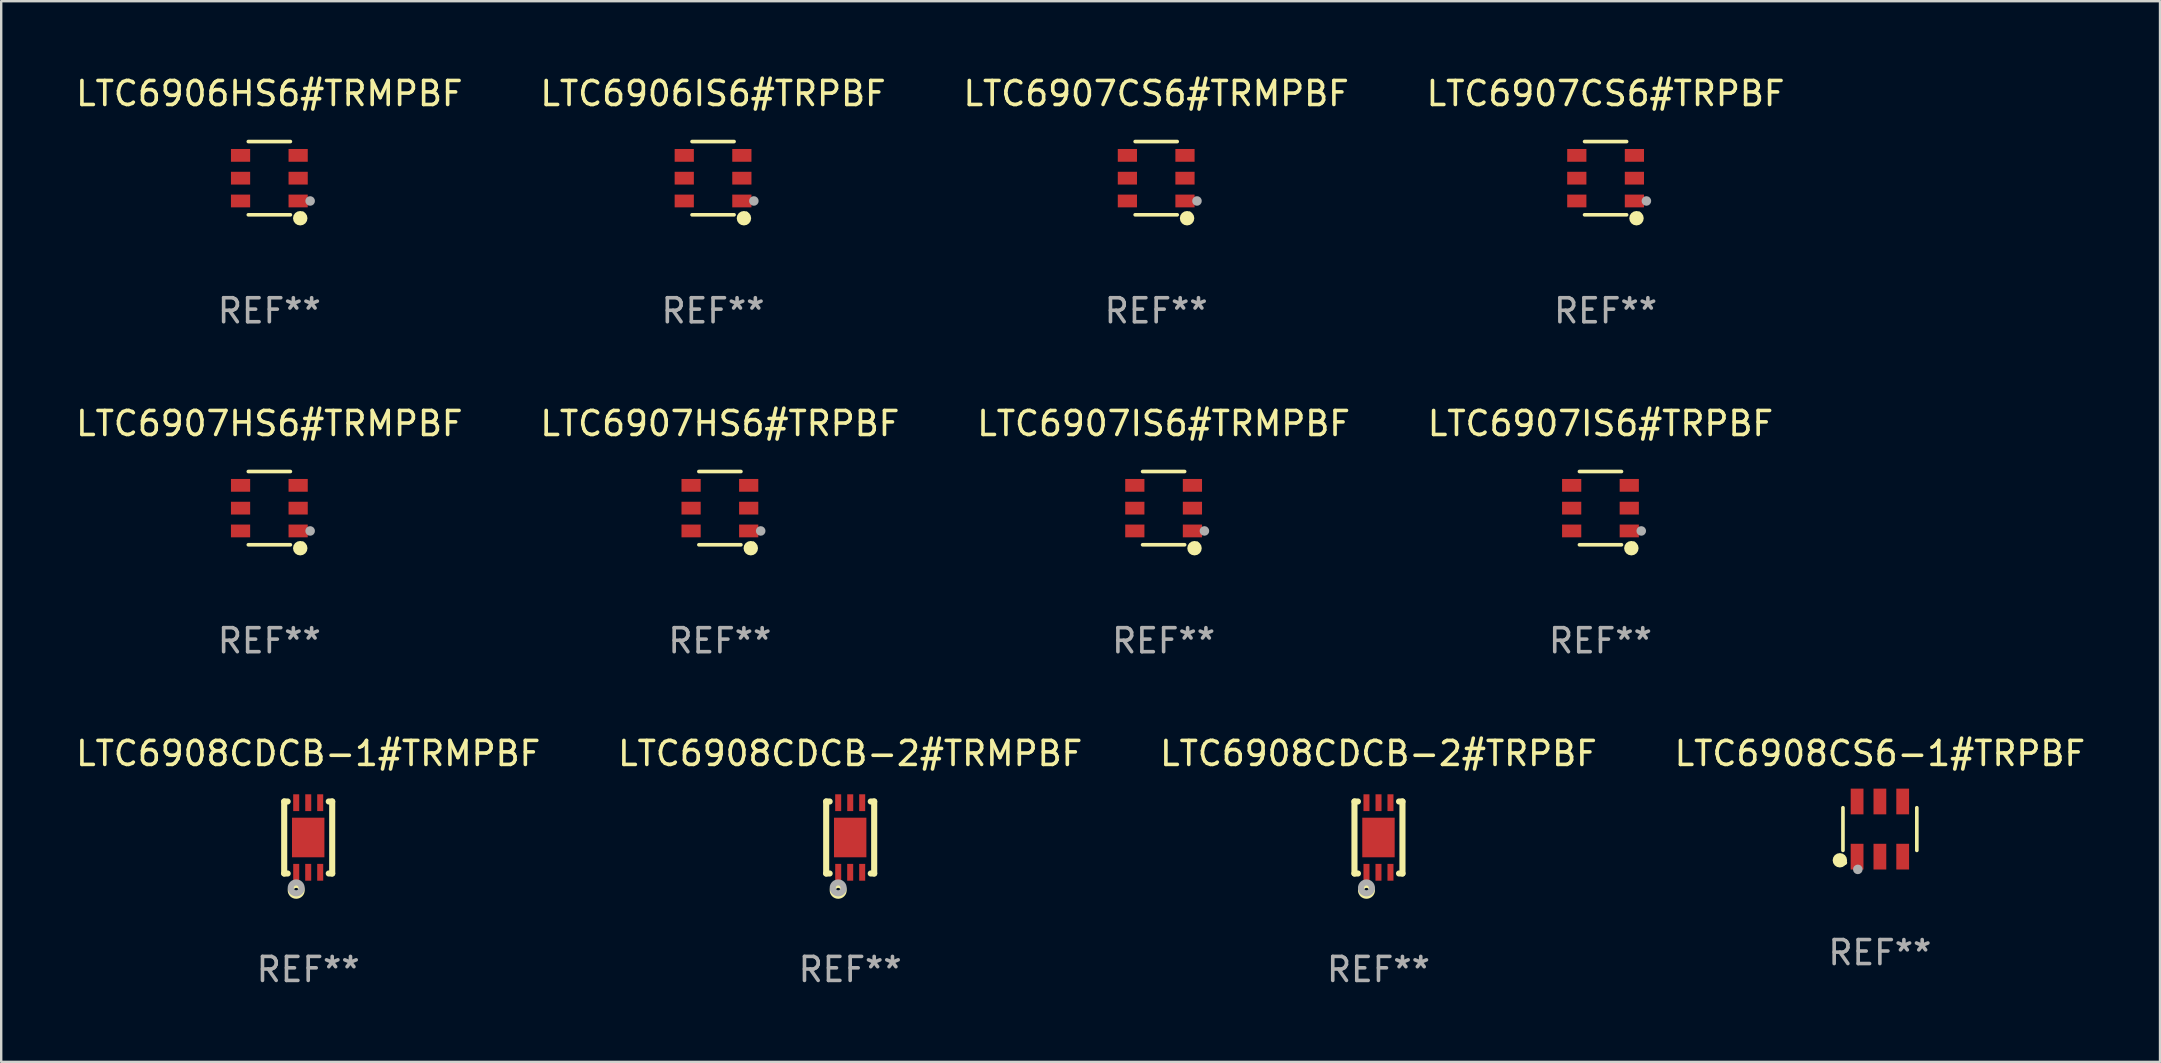
<source format=kicad_pcb>
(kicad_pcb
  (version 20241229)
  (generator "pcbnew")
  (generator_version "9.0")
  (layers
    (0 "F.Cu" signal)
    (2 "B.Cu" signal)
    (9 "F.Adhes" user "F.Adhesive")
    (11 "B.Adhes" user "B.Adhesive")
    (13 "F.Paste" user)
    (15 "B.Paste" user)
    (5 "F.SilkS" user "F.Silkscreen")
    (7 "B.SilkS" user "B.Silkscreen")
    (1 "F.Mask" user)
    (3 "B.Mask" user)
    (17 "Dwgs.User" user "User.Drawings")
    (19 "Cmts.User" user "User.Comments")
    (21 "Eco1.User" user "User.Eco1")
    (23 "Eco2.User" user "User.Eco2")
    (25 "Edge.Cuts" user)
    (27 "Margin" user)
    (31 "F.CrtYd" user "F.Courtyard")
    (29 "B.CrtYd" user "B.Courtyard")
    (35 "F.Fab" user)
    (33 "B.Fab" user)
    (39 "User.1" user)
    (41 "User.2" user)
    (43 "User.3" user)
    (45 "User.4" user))
  (footprint "LTC6908CDCB-1#TRMPBF"
    (layer "F.Cu")
    (at 9.792 31.846)
    (property "Reference" "LTC6908CDCB-1#TRMPBF" (at 0 -3.5 0) (layer "F.SilkS") (effects (font (size 1 1) (thickness 0.15))))
    (attr through_hole)
    (fp_line (start -1 1.5) (end -1 -1.5) (stroke (width 0.254) (type solid)) (layer "F.SilkS"))
    (fp_line (start -0.856 -1.5) (end -1 -1.5) (stroke (width 0.254) (type solid)) (layer "F.SilkS"))
    (fp_line (start -0.855 1.5) (end -1 1.5) (stroke (width 0.254) (type solid)) (layer "F.SilkS"))
    (fp_line (start 1 -1.5) (end 0.856 -1.5) (stroke (width 0.254) (type solid)) (layer "F.SilkS"))
    (fp_line (start 1 1.5) (end 0.856 1.5) (stroke (width 0.254) (type solid)) (layer "F.SilkS"))
    (fp_line (start 1 1.5) (end 1 -1.5) (stroke (width 0.254) (type solid)) (layer "F.SilkS"))
    (fp_circle (center -1 1.5) (end -0.97 1.5) (stroke (width 0.06) (type solid)) (fill no) (layer "F.SilkS"))
    (fp_circle (center -0.5 2.2) (end -0.4 2.2) (stroke (width 0.254) (type solid)) (fill no) (layer "F.SilkS"))
    (fp_circle (center -0.5 2.1) (end -0.4 2.1) (stroke (width 0.254) (type solid)) (fill no) (layer "F.Fab"))
    (fp_text user "REF**" (at 0 5.5 0) (layer "F.Fab") (effects (font (size 1 1) (thickness 0.15))))
    (pad "1" smd rect (at -0.499 1.45 180) (size 0.25 0.7) (layers "F.Cu" "F.Mask" "F.Paste"))
    (pad "2" smd rect (at 0.000025 1.45 180) (size 0.25 0.7) (layers "F.Cu" "F.Mask" "F.Paste"))
    (pad "3" smd rect (at 0.5 1.45 180) (size 0.25 0.7) (layers "F.Cu" "F.Mask" "F.Paste"))
    (pad "4" smd rect (at 0.5 -1.45 180) (size 0.25 0.7) (layers "F.Cu" "F.Mask" "F.Paste"))
    (pad "5" smd rect (at 0.002 -1.45 180) (size 0.25 0.7) (layers "F.Cu" "F.Mask" "F.Paste"))
    (pad "6" smd rect (at -0.5 -1.45 180) (size 0.25 0.7) (layers "F.Cu" "F.Mask" "F.Paste"))
    (pad "7" smd rect (at 0.000025 0.000038 180) (size 1.35 1.65) (layers "F.Cu" "F.Mask" "F.Paste")))
  (footprint "LTC6906HS6#TRMPBF"
    (layer "F.Cu")
    (at 8.173 4.374)
    (property "Reference" "LTC6906HS6#TRMPBF" (at 0 -3.526 0) (layer "F.SilkS") (effects (font (size 1 1) (thickness 0.15))))
    (attr through_hole)
    (fp_line (start 0.876 -1.526) (end -0.876 -1.526) (stroke (width 0.152) (type solid)) (layer "F.SilkS"))
    (fp_line (start 0.876 1.526) (end -0.876 1.526) (stroke (width 0.152) (type solid)) (layer "F.SilkS"))
    (fp_circle (center 1.287 1.669) (end 1.438 1.669) (stroke (width 0.3) (type solid)) (fill no) (layer "F.SilkS"))
    (fp_circle (center 1.4 1.45) (end 1.43 1.45) (stroke (width 0.06) (type solid)) (fill no) (layer "F.SilkS"))
    (fp_circle (center 1.7 0.95) (end 1.8 0.95) (stroke (width 0.2) (type solid)) (fill no) (layer "F.Fab"))
    (fp_text user "REF**" (at 0 5.526 0) (layer "F.Fab") (effects (font (size 1 1) (thickness 0.15))))
    (pad "1" smd rect (at 1.2 0.95) (size 0.8 0.532) (layers "F.Cu" "F.Mask" "F.Paste"))
    (pad "2" smd rect (at 1.2 0) (size 0.8 0.532) (layers "F.Cu" "F.Mask" "F.Paste"))
    (pad "3" smd rect (at 1.2 -0.95) (size 0.8 0.532) (layers "F.Cu" "F.Mask" "F.Paste"))
    (pad "4" smd rect (at -1.2 -0.95) (size 0.8 0.532) (layers "F.Cu" "F.Mask" "F.Paste"))
    (pad "5" smd rect (at -1.2 0) (size 0.8 0.532) (layers "F.Cu" "F.Mask" "F.Paste"))
    (pad "6" smd rect (at -1.2 0.95) (size 0.8 0.532) (layers "F.Cu" "F.Mask" "F.Paste")))
  (footprint "LTC6907IS6#TRMPBF"
    (layer "F.Cu")
    (at 45.435 18.123)
    (property "Reference" "LTC6907IS6#TRMPBF" (at 0 -3.526 0) (layer "F.SilkS") (effects (font (size 1 1) (thickness 0.15))))
    (attr through_hole)
    (fp_line (start 0.876 -1.526) (end -0.876 -1.526) (stroke (width 0.152) (type solid)) (layer "F.SilkS"))
    (fp_line (start 0.876 1.526) (end -0.876 1.526) (stroke (width 0.152) (type solid)) (layer "F.SilkS"))
    (fp_circle (center 1.287 1.669) (end 1.438 1.669) (stroke (width 0.3) (type solid)) (fill no) (layer "F.SilkS"))
    (fp_circle (center 1.4 1.45) (end 1.43 1.45) (stroke (width 0.06) (type solid)) (fill no) (layer "F.SilkS"))
    (fp_circle (center 1.7 0.95) (end 1.8 0.95) (stroke (width 0.2) (type solid)) (fill no) (layer "F.Fab"))
    (fp_text user "REF**" (at 0 5.526 0) (layer "F.Fab") (effects (font (size 1 1) (thickness 0.15))))
    (pad "1" smd rect (at 1.2 0.95) (size 0.8 0.532) (layers "F.Cu" "F.Mask" "F.Paste"))
    (pad "2" smd rect (at 1.2 0) (size 0.8 0.532) (layers "F.Cu" "F.Mask" "F.Paste"))
    (pad "3" smd rect (at 1.2 -0.95) (size 0.8 0.532) (layers "F.Cu" "F.Mask" "F.Paste"))
    (pad "4" smd rect (at -1.2 -0.95) (size 0.8 0.532) (layers "F.Cu" "F.Mask" "F.Paste"))
    (pad "5" smd rect (at -1.2 0) (size 0.8 0.532) (layers "F.Cu" "F.Mask" "F.Paste"))
    (pad "6" smd rect (at -1.2 0.95) (size 0.8 0.532) (layers "F.Cu" "F.Mask" "F.Paste")))
  (footprint "LTC6908CS6-1#TRPBF"
    (layer "F.Cu")
    (at 75.28 31.495)
    (property "Reference" "LTC6908CS6-1#TRPBF" (at 0 -3.149 0) (layer "F.SilkS") (effects (font (size 1 1) (thickness 0.15))))
    (attr through_hole)
    (fp_line (start -1.539 0.889) (end -1.539 -0.889) (stroke (width 0.152) (type solid)) (layer "F.SilkS"))
    (fp_line (start 1.539 0.889) (end 1.539 -0.889) (stroke (width 0.152) (type solid)) (layer "F.SilkS"))
    (fp_circle (center -1.668 1.301) (end -1.518 1.301) (stroke (width 0.3) (type solid)) (fill no) (layer "F.SilkS"))
    (fp_circle (center -1.463 1.4) (end -1.413 1.4) (stroke (width 0.1) (type solid)) (fill no) (layer "F.SilkS"))
    (fp_circle (center -0.92 1.68) (end -0.82 1.68) (stroke (width 0.2) (type solid)) (fill no) (layer "F.Fab"))
    (fp_text user "REF**" (at 0 5.149 0) (layer "F.Fab") (effects (font (size 1 1) (thickness 0.15))))
    (pad "1" smd rect (at -0.95 1.149) (size 0.532 1.072) (layers "F.Cu" "F.Mask" "F.Paste"))
    (pad "2" smd rect (at 0 1.149) (size 0.532 1.072) (layers "F.Cu" "F.Mask" "F.Paste"))
    (pad "3" smd rect (at 0.95 1.149) (size 0.532 1.072) (layers "F.Cu" "F.Mask" "F.Paste"))
    (pad "4" smd rect (at 0.95 -1.149) (size 0.532 1.072) (layers "F.Cu" "F.Mask" "F.Paste"))
    (pad "5" smd rect (at 0 -1.149) (size 0.532 1.072) (layers "F.Cu" "F.Mask" "F.Paste"))
    (pad "6" smd rect (at -0.95 -1.149) (size 0.532 1.072) (layers "F.Cu" "F.Mask" "F.Paste")))
  (footprint "LTC6908CDCB-2#TRMPBF"
    (layer "F.Cu")
    (at 32.375 31.846)
    (property "Reference" "LTC6908CDCB-2#TRMPBF" (at 0 -3.5 0) (layer "F.SilkS") (effects (font (size 1 1) (thickness 0.15))))
    (attr through_hole)
    (fp_line (start -1 1.5) (end -1 -1.5) (stroke (width 0.254) (type solid)) (layer "F.SilkS"))
    (fp_line (start -0.856 -1.5) (end -1 -1.5) (stroke (width 0.254) (type solid)) (layer "F.SilkS"))
    (fp_line (start -0.855 1.5) (end -1 1.5) (stroke (width 0.254) (type solid)) (layer "F.SilkS"))
    (fp_line (start 1 -1.5) (end 0.856 -1.5) (stroke (width 0.254) (type solid)) (layer "F.SilkS"))
    (fp_line (start 1 1.5) (end 0.856 1.5) (stroke (width 0.254) (type solid)) (layer "F.SilkS"))
    (fp_line (start 1 1.5) (end 1 -1.5) (stroke (width 0.254) (type solid)) (layer "F.SilkS"))
    (fp_circle (center -1 1.5) (end -0.97 1.5) (stroke (width 0.06) (type solid)) (fill no) (layer "F.SilkS"))
    (fp_circle (center -0.5 2.2) (end -0.4 2.2) (stroke (width 0.254) (type solid)) (fill no) (layer "F.SilkS"))
    (fp_circle (center -0.5 2.1) (end -0.4 2.1) (stroke (width 0.254) (type solid)) (fill no) (layer "F.Fab"))
    (fp_text user "REF**" (at 0 5.5 0) (layer "F.Fab") (effects (font (size 1 1) (thickness 0.15))))
    (pad "1" smd rect (at -0.499 1.45 180) (size 0.25 0.7) (layers "F.Cu" "F.Mask" "F.Paste"))
    (pad "2" smd rect (at 0.000025 1.45 180) (size 0.25 0.7) (layers "F.Cu" "F.Mask" "F.Paste"))
    (pad "3" smd rect (at 0.5 1.45 180) (size 0.25 0.7) (layers "F.Cu" "F.Mask" "F.Paste"))
    (pad "4" smd rect (at 0.5 -1.45 180) (size 0.25 0.7) (layers "F.Cu" "F.Mask" "F.Paste"))
    (pad "5" smd rect (at 0.002 -1.45 180) (size 0.25 0.7) (layers "F.Cu" "F.Mask" "F.Paste"))
    (pad "6" smd rect (at -0.5 -1.45 180) (size 0.25 0.7) (layers "F.Cu" "F.Mask" "F.Paste"))
    (pad "7" smd rect (at 0.000025 0.000038 180) (size 1.35 1.65) (layers "F.Cu" "F.Mask" "F.Paste")))
  (footprint "LTC6907HS6#TRMPBF"
    (layer "F.Cu")
    (at 8.173 18.123)
    (property "Reference" "LTC6907HS6#TRMPBF" (at 0 -3.526 0) (layer "F.SilkS") (effects (font (size 1 1) (thickness 0.15))))
    (attr through_hole)
    (fp_line (start 0.876 -1.526) (end -0.876 -1.526) (stroke (width 0.152) (type solid)) (layer "F.SilkS"))
    (fp_line (start 0.876 1.526) (end -0.876 1.526) (stroke (width 0.152) (type solid)) (layer "F.SilkS"))
    (fp_circle (center 1.287 1.669) (end 1.438 1.669) (stroke (width 0.3) (type solid)) (fill no) (layer "F.SilkS"))
    (fp_circle (center 1.4 1.45) (end 1.43 1.45) (stroke (width 0.06) (type solid)) (fill no) (layer "F.SilkS"))
    (fp_circle (center 1.7 0.95) (end 1.8 0.95) (stroke (width 0.2) (type solid)) (fill no) (layer "F.Fab"))
    (fp_text user "REF**" (at 0 5.526 0) (layer "F.Fab") (effects (font (size 1 1) (thickness 0.15))))
    (pad "1" smd rect (at 1.2 0.95) (size 0.8 0.532) (layers "F.Cu" "F.Mask" "F.Paste"))
    (pad "2" smd rect (at 1.2 0) (size 0.8 0.532) (layers "F.Cu" "F.Mask" "F.Paste"))
    (pad "3" smd rect (at 1.2 -0.95) (size 0.8 0.532) (layers "F.Cu" "F.Mask" "F.Paste"))
    (pad "4" smd rect (at -1.2 -0.95) (size 0.8 0.532) (layers "F.Cu" "F.Mask" "F.Paste"))
    (pad "5" smd rect (at -1.2 0) (size 0.8 0.532) (layers "F.Cu" "F.Mask" "F.Paste"))
    (pad "6" smd rect (at -1.2 0.95) (size 0.8 0.532) (layers "F.Cu" "F.Mask" "F.Paste")))
  (footprint "LTC6907IS6#TRPBF"
    (layer "F.Cu")
    (at 63.637 18.123)
    (property "Reference" "LTC6907IS6#TRPBF" (at 0 -3.526 0) (layer "F.SilkS") (effects (font (size 1 1) (thickness 0.15))))
    (attr through_hole)
    (fp_line (start 0.876 -1.526) (end -0.876 -1.526) (stroke (width 0.152) (type solid)) (layer "F.SilkS"))
    (fp_line (start 0.876 1.526) (end -0.876 1.526) (stroke (width 0.152) (type solid)) (layer "F.SilkS"))
    (fp_circle (center 1.287 1.669) (end 1.438 1.669) (stroke (width 0.3) (type solid)) (fill no) (layer "F.SilkS"))
    (fp_circle (center 1.4 1.45) (end 1.43 1.45) (stroke (width 0.06) (type solid)) (fill no) (layer "F.SilkS"))
    (fp_circle (center 1.7 0.95) (end 1.8 0.95) (stroke (width 0.2) (type solid)) (fill no) (layer "F.Fab"))
    (fp_text user "REF**" (at 0 5.526 0) (layer "F.Fab") (effects (font (size 1 1) (thickness 0.15))))
    (pad "1" smd rect (at 1.2 0.95) (size 0.8 0.532) (layers "F.Cu" "F.Mask" "F.Paste"))
    (pad "2" smd rect (at 1.2 0) (size 0.8 0.532) (layers "F.Cu" "F.Mask" "F.Paste"))
    (pad "3" smd rect (at 1.2 -0.95) (size 0.8 0.532) (layers "F.Cu" "F.Mask" "F.Paste"))
    (pad "4" smd rect (at -1.2 -0.95) (size 0.8 0.532) (layers "F.Cu" "F.Mask" "F.Paste"))
    (pad "5" smd rect (at -1.2 0) (size 0.8 0.532) (layers "F.Cu" "F.Mask" "F.Paste"))
    (pad "6" smd rect (at -1.2 0.95) (size 0.8 0.532) (layers "F.Cu" "F.Mask" "F.Paste")))
  (footprint "LTC6907CS6#TRPBF"
    (layer "F.Cu")
    (at 63.851 4.374)
    (property "Reference" "LTC6907CS6#TRPBF" (at 0 -3.526 0) (layer "F.SilkS") (effects (font (size 1 1) (thickness 0.15))))
    (attr through_hole)
    (fp_line (start 0.876 -1.526) (end -0.876 -1.526) (stroke (width 0.152) (type solid)) (layer "F.SilkS"))
    (fp_line (start 0.876 1.526) (end -0.876 1.526) (stroke (width 0.152) (type solid)) (layer "F.SilkS"))
    (fp_circle (center 1.287 1.669) (end 1.438 1.669) (stroke (width 0.3) (type solid)) (fill no) (layer "F.SilkS"))
    (fp_circle (center 1.4 1.45) (end 1.43 1.45) (stroke (width 0.06) (type solid)) (fill no) (layer "F.SilkS"))
    (fp_circle (center 1.7 0.95) (end 1.8 0.95) (stroke (width 0.2) (type solid)) (fill no) (layer "F.Fab"))
    (fp_text user "REF**" (at 0 5.526 0) (layer "F.Fab") (effects (font (size 1 1) (thickness 0.15))))
    (pad "1" smd rect (at 1.2 0.95) (size 0.8 0.532) (layers "F.Cu" "F.Mask" "F.Paste"))
    (pad "2" smd rect (at 1.2 0) (size 0.8 0.532) (layers "F.Cu" "F.Mask" "F.Paste"))
    (pad "3" smd rect (at 1.2 -0.95) (size 0.8 0.532) (layers "F.Cu" "F.Mask" "F.Paste"))
    (pad "4" smd rect (at -1.2 -0.95) (size 0.8 0.532) (layers "F.Cu" "F.Mask" "F.Paste"))
    (pad "5" smd rect (at -1.2 0) (size 0.8 0.532) (layers "F.Cu" "F.Mask" "F.Paste"))
    (pad "6" smd rect (at -1.2 0.95) (size 0.8 0.532) (layers "F.Cu" "F.Mask" "F.Paste")))
  (footprint "LTC6907HS6#TRPBF"
    (layer "F.Cu")
    (at 26.946 18.123)
    (property "Reference" "LTC6907HS6#TRPBF" (at 0 -3.526 0) (layer "F.SilkS") (effects (font (size 1 1) (thickness 0.15))))
    (attr through_hole)
    (fp_line (start 0.876 -1.526) (end -0.876 -1.526) (stroke (width 0.152) (type solid)) (layer "F.SilkS"))
    (fp_line (start 0.876 1.526) (end -0.876 1.526) (stroke (width 0.152) (type solid)) (layer "F.SilkS"))
    (fp_circle (center 1.287 1.669) (end 1.438 1.669) (stroke (width 0.3) (type solid)) (fill no) (layer "F.SilkS"))
    (fp_circle (center 1.4 1.45) (end 1.43 1.45) (stroke (width 0.06) (type solid)) (fill no) (layer "F.SilkS"))
    (fp_circle (center 1.7 0.95) (end 1.8 0.95) (stroke (width 0.2) (type solid)) (fill no) (layer "F.Fab"))
    (fp_text user "REF**" (at 0 5.526 0) (layer "F.Fab") (effects (font (size 1 1) (thickness 0.15))))
    (pad "1" smd rect (at 1.2 0.95) (size 0.8 0.532) (layers "F.Cu" "F.Mask" "F.Paste"))
    (pad "2" smd rect (at 1.2 0) (size 0.8 0.532) (layers "F.Cu" "F.Mask" "F.Paste"))
    (pad "3" smd rect (at 1.2 -0.95) (size 0.8 0.532) (layers "F.Cu" "F.Mask" "F.Paste"))
    (pad "4" smd rect (at -1.2 -0.95) (size 0.8 0.532) (layers "F.Cu" "F.Mask" "F.Paste"))
    (pad "5" smd rect (at -1.2 0) (size 0.8 0.532) (layers "F.Cu" "F.Mask" "F.Paste"))
    (pad "6" smd rect (at -1.2 0.95) (size 0.8 0.532) (layers "F.Cu" "F.Mask" "F.Paste")))
  (footprint "LTC6907CS6#TRMPBF"
    (layer "F.Cu")
    (at 45.125 4.374)
    (property "Reference" "LTC6907CS6#TRMPBF" (at 0 -3.526 0) (layer "F.SilkS") (effects (font (size 1 1) (thickness 0.15))))
    (attr through_hole)
    (fp_line (start 0.876 -1.526) (end -0.876 -1.526) (stroke (width 0.152) (type solid)) (layer "F.SilkS"))
    (fp_line (start 0.876 1.526) (end -0.876 1.526) (stroke (width 0.152) (type solid)) (layer "F.SilkS"))
    (fp_circle (center 1.287 1.669) (end 1.438 1.669) (stroke (width 0.3) (type solid)) (fill no) (layer "F.SilkS"))
    (fp_circle (center 1.4 1.45) (end 1.43 1.45) (stroke (width 0.06) (type solid)) (fill no) (layer "F.SilkS"))
    (fp_circle (center 1.7 0.95) (end 1.8 0.95) (stroke (width 0.2) (type solid)) (fill no) (layer "F.Fab"))
    (fp_text user "REF**" (at 0 5.526 0) (layer "F.Fab") (effects (font (size 1 1) (thickness 0.15))))
    (pad "1" smd rect (at 1.2 0.95) (size 0.8 0.532) (layers "F.Cu" "F.Mask" "F.Paste"))
    (pad "2" smd rect (at 1.2 0) (size 0.8 0.532) (layers "F.Cu" "F.Mask" "F.Paste"))
    (pad "3" smd rect (at 1.2 -0.95) (size 0.8 0.532) (layers "F.Cu" "F.Mask" "F.Paste"))
    (pad "4" smd rect (at -1.2 -0.95) (size 0.8 0.532) (layers "F.Cu" "F.Mask" "F.Paste"))
    (pad "5" smd rect (at -1.2 0) (size 0.8 0.532) (layers "F.Cu" "F.Mask" "F.Paste"))
    (pad "6" smd rect (at -1.2 0.95) (size 0.8 0.532) (layers "F.Cu" "F.Mask" "F.Paste")))
  (footprint "LTC6908CDCB-2#TRPBF"
    (layer "F.Cu")
    (at 54.387 31.846)
    (property "Reference" "LTC6908CDCB-2#TRPBF" (at 0 -3.5 0) (layer "F.SilkS") (effects (font (size 1 1) (thickness 0.15))))
    (attr through_hole)
    (fp_line (start -1 1.5) (end -1 -1.5) (stroke (width 0.254) (type solid)) (layer "F.SilkS"))
    (fp_line (start -0.856 -1.5) (end -1 -1.5) (stroke (width 0.254) (type solid)) (layer "F.SilkS"))
    (fp_line (start -0.855 1.5) (end -1 1.5) (stroke (width 0.254) (type solid)) (layer "F.SilkS"))
    (fp_line (start 1 -1.5) (end 0.856 -1.5) (stroke (width 0.254) (type solid)) (layer "F.SilkS"))
    (fp_line (start 1 1.5) (end 0.856 1.5) (stroke (width 0.254) (type solid)) (layer "F.SilkS"))
    (fp_line (start 1 1.5) (end 1 -1.5) (stroke (width 0.254) (type solid)) (layer "F.SilkS"))
    (fp_circle (center -1 1.5) (end -0.97 1.5) (stroke (width 0.06) (type solid)) (fill no) (layer "F.SilkS"))
    (fp_circle (center -0.5 2.2) (end -0.4 2.2) (stroke (width 0.254) (type solid)) (fill no) (layer "F.SilkS"))
    (fp_circle (center -0.5 2.1) (end -0.4 2.1) (stroke (width 0.254) (type solid)) (fill no) (layer "F.Fab"))
    (fp_text user "REF**" (at 0 5.5 0) (layer "F.Fab") (effects (font (size 1 1) (thickness 0.15))))
    (pad "1" smd rect (at -0.499 1.45 180) (size 0.25 0.7) (layers "F.Cu" "F.Mask" "F.Paste"))
    (pad "2" smd rect (at 0.000025 1.45 180) (size 0.25 0.7) (layers "F.Cu" "F.Mask" "F.Paste"))
    (pad "3" smd rect (at 0.5 1.45 180) (size 0.25 0.7) (layers "F.Cu" "F.Mask" "F.Paste"))
    (pad "4" smd rect (at 0.5 -1.45 180) (size 0.25 0.7) (layers "F.Cu" "F.Mask" "F.Paste"))
    (pad "5" smd rect (at 0.002 -1.45 180) (size 0.25 0.7) (layers "F.Cu" "F.Mask" "F.Paste"))
    (pad "6" smd rect (at -0.5 -1.45 180) (size 0.25 0.7) (layers "F.Cu" "F.Mask" "F.Paste"))
    (pad "7" smd rect (at 0.000025 0.000038 180) (size 1.35 1.65) (layers "F.Cu" "F.Mask" "F.Paste")))
  (footprint "LTC6906IS6#TRPBF"
    (layer "F.Cu")
    (at 26.661 4.374)
    (property "Reference" "LTC6906IS6#TRPBF" (at 0 -3.526 0) (layer "F.SilkS") (effects (font (size 1 1) (thickness 0.15))))
    (attr through_hole)
    (fp_line (start 0.876 -1.526) (end -0.876 -1.526) (stroke (width 0.152) (type solid)) (layer "F.SilkS"))
    (fp_line (start 0.876 1.526) (end -0.876 1.526) (stroke (width 0.152) (type solid)) (layer "F.SilkS"))
    (fp_circle (center 1.287 1.669) (end 1.438 1.669) (stroke (width 0.3) (type solid)) (fill no) (layer "F.SilkS"))
    (fp_circle (center 1.4 1.45) (end 1.43 1.45) (stroke (width 0.06) (type solid)) (fill no) (layer "F.SilkS"))
    (fp_circle (center 1.7 0.95) (end 1.8 0.95) (stroke (width 0.2) (type solid)) (fill no) (layer "F.Fab"))
    (fp_text user "REF**" (at 0 5.526 0) (layer "F.Fab") (effects (font (size 1 1) (thickness 0.15))))
    (pad "1" smd rect (at 1.2 0.95) (size 0.8 0.532) (layers "F.Cu" "F.Mask" "F.Paste"))
    (pad "2" smd rect (at 1.2 0) (size 0.8 0.532) (layers "F.Cu" "F.Mask" "F.Paste"))
    (pad "3" smd rect (at 1.2 -0.95) (size 0.8 0.532) (layers "F.Cu" "F.Mask" "F.Paste"))
    (pad "4" smd rect (at -1.2 -0.95) (size 0.8 0.532) (layers "F.Cu" "F.Mask" "F.Paste"))
    (pad "5" smd rect (at -1.2 0) (size 0.8 0.532) (layers "F.Cu" "F.Mask" "F.Paste"))
    (pad "6" smd rect (at -1.2 0.95) (size 0.8 0.532) (layers "F.Cu" "F.Mask" "F.Paste")))
  (gr_rect
    (start -3 -3)
    (end 86.952 41.194)
    (stroke (width 0.1) (type default))
    (fill no)
    (layer "Edge.Cuts")))
</source>
